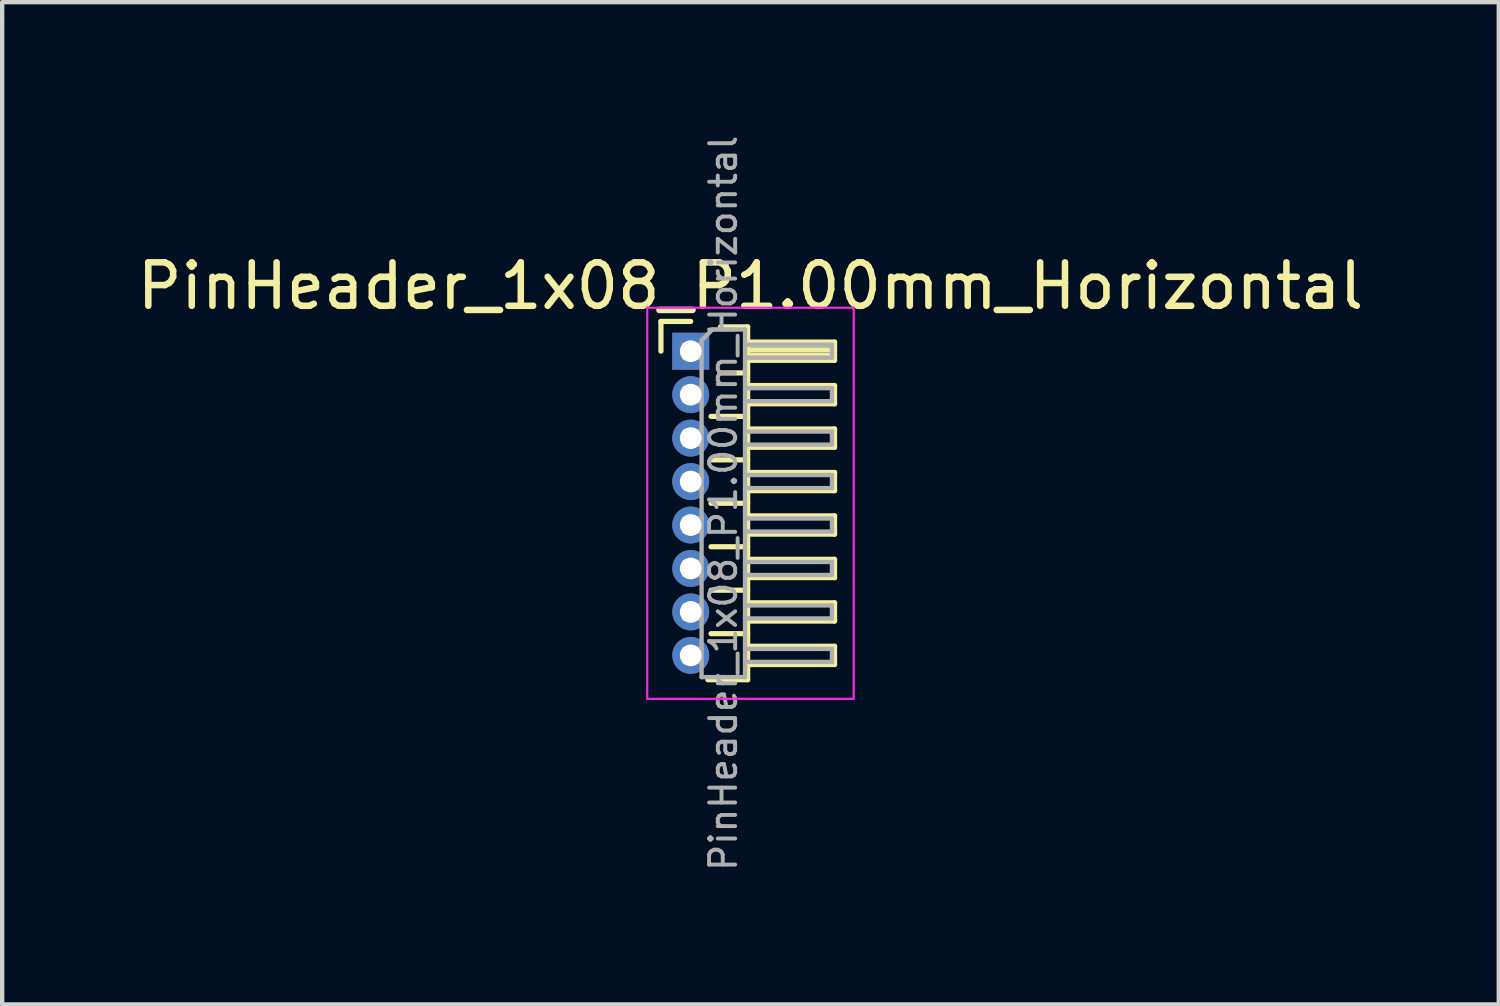
<source format=kicad_pcb>
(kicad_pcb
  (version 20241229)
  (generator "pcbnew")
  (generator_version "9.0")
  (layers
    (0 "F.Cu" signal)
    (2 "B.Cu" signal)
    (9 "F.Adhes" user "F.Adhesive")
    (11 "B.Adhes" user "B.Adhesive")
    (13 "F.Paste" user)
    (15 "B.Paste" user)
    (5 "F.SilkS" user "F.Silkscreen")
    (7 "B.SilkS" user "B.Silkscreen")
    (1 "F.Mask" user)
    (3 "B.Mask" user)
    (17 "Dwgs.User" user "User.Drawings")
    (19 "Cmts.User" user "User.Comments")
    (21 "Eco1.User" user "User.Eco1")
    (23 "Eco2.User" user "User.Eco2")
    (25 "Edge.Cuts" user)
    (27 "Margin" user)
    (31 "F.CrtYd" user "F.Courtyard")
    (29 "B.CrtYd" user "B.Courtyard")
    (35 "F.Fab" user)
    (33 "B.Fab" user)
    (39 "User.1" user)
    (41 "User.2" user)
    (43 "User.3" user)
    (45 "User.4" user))
  (footprint "PinHeader_1x08_P1.00mm_Horizontal"
    (layer "F.Cu")
    (at 12.845 5.032)
    (property "Reference" "PinHeader_1x08_P1.00mm_Horizontal" (at 1.375 -1.5 0) (layer "F.SilkS") (effects (font (size 1 1) (thickness 0.15))))
    (attr through_hole)
    (fp_line (start -0.685 -0.685) (end 0 -0.685) (stroke (width 0.12) (type solid)) (layer "F.SilkS"))
    (fp_line (start -0.685 0) (end -0.685 -0.685) (stroke (width 0.12) (type solid)) (layer "F.SilkS"))
    (fp_line (start 0.468 1.5) (end 1.31 1.5) (stroke (width 0.12) (type solid)) (layer "F.SilkS"))
    (fp_line (start 0.468 2.5) (end 1.31 2.5) (stroke (width 0.12) (type solid)) (layer "F.SilkS"))
    (fp_line (start 0.468 3.5) (end 1.31 3.5) (stroke (width 0.12) (type solid)) (layer "F.SilkS"))
    (fp_line (start 0.468 4.5) (end 1.31 4.5) (stroke (width 0.12) (type solid)) (layer "F.SilkS"))
    (fp_line (start 0.468 5.5) (end 1.31 5.5) (stroke (width 0.12) (type solid)) (layer "F.SilkS"))
    (fp_line (start 0.468 6.5) (end 1.31 6.5) (stroke (width 0.12) (type solid)) (layer "F.SilkS"))
    (fp_line (start 0.685 -0.56) (end 1.31 -0.56) (stroke (width 0.12) (type solid)) (layer "F.SilkS"))
    (fp_line (start 0.685 0.5) (end 1.31 0.5) (stroke (width 0.12) (type solid)) (layer "F.SilkS"))
    (fp_line (start 1.31 -0.56) (end 1.31 7.56) (stroke (width 0.12) (type solid)) (layer "F.SilkS"))
    (fp_line (start 1.31 -0.21) (end 3.31 -0.21) (stroke (width 0.12) (type solid)) (layer "F.SilkS"))
    (fp_line (start 1.31 -0.15) (end 3.31 -0.15) (stroke (width 0.12) (type solid)) (layer "F.SilkS"))
    (fp_line (start 1.31 -0.03) (end 3.31 -0.03) (stroke (width 0.12) (type solid)) (layer "F.SilkS"))
    (fp_line (start 1.31 0.09) (end 3.31 0.09) (stroke (width 0.12) (type solid)) (layer "F.SilkS"))
    (fp_line (start 1.31 0.79) (end 3.31 0.79) (stroke (width 0.12) (type solid)) (layer "F.SilkS"))
    (fp_line (start 1.31 1.79) (end 3.31 1.79) (stroke (width 0.12) (type solid)) (layer "F.SilkS"))
    (fp_line (start 1.31 2.79) (end 3.31 2.79) (stroke (width 0.12) (type solid)) (layer "F.SilkS"))
    (fp_line (start 1.31 3.79) (end 3.31 3.79) (stroke (width 0.12) (type solid)) (layer "F.SilkS"))
    (fp_line (start 1.31 4.79) (end 3.31 4.79) (stroke (width 0.12) (type solid)) (layer "F.SilkS"))
    (fp_line (start 1.31 5.79) (end 3.31 5.79) (stroke (width 0.12) (type solid)) (layer "F.SilkS"))
    (fp_line (start 1.31 6.79) (end 3.31 6.79) (stroke (width 0.12) (type solid)) (layer "F.SilkS"))
    (fp_line (start 1.31 7.56) (end 0.394 7.56) (stroke (width 0.12) (type solid)) (layer "F.SilkS"))
    (fp_line (start 3.31 -0.21) (end 3.31 0.21) (stroke (width 0.12) (type solid)) (layer "F.SilkS"))
    (fp_line (start 3.31 0.21) (end 1.31 0.21) (stroke (width 0.12) (type solid)) (layer "F.SilkS"))
    (fp_line (start 3.31 0.79) (end 3.31 1.21) (stroke (width 0.12) (type solid)) (layer "F.SilkS"))
    (fp_line (start 3.31 1.21) (end 1.31 1.21) (stroke (width 0.12) (type solid)) (layer "F.SilkS"))
    (fp_line (start 3.31 1.79) (end 3.31 2.21) (stroke (width 0.12) (type solid)) (layer "F.SilkS"))
    (fp_line (start 3.31 2.21) (end 1.31 2.21) (stroke (width 0.12) (type solid)) (layer "F.SilkS"))
    (fp_line (start 3.31 2.79) (end 3.31 3.21) (stroke (width 0.12) (type solid)) (layer "F.SilkS"))
    (fp_line (start 3.31 3.21) (end 1.31 3.21) (stroke (width 0.12) (type solid)) (layer "F.SilkS"))
    (fp_line (start 3.31 3.79) (end 3.31 4.21) (stroke (width 0.12) (type solid)) (layer "F.SilkS"))
    (fp_line (start 3.31 4.21) (end 1.31 4.21) (stroke (width 0.12) (type solid)) (layer "F.SilkS"))
    (fp_line (start 3.31 4.79) (end 3.31 5.21) (stroke (width 0.12) (type solid)) (layer "F.SilkS"))
    (fp_line (start 3.31 5.21) (end 1.31 5.21) (stroke (width 0.12) (type solid)) (layer "F.SilkS"))
    (fp_line (start 3.31 5.79) (end 3.31 6.21) (stroke (width 0.12) (type solid)) (layer "F.SilkS"))
    (fp_line (start 3.31 6.21) (end 1.31 6.21) (stroke (width 0.12) (type solid)) (layer "F.SilkS"))
    (fp_line (start 3.31 6.79) (end 3.31 7.21) (stroke (width 0.12) (type solid)) (layer "F.SilkS"))
    (fp_line (start 3.31 7.21) (end 1.31 7.21) (stroke (width 0.12) (type solid)) (layer "F.SilkS"))
    (fp_line (start -1 -1) (end -1 8) (stroke (width 0.05) (type solid)) (layer "F.CrtYd"))
    (fp_line (start -1 8) (end 3.75 8) (stroke (width 0.05) (type solid)) (layer "F.CrtYd"))
    (fp_line (start 3.75 -1) (end -1 -1) (stroke (width 0.05) (type solid)) (layer "F.CrtYd"))
    (fp_line (start 3.75 8) (end 3.75 -1) (stroke (width 0.05) (type solid)) (layer "F.CrtYd"))
    (fp_line (start -0.15 -0.15) (end -0.15 0.15) (stroke (width 0.1) (type solid)) (layer "F.Fab"))
    (fp_line (start -0.15 -0.15) (end 0.25 -0.15) (stroke (width 0.1) (type solid)) (layer "F.Fab"))
    (fp_line (start -0.15 0.15) (end 0.25 0.15) (stroke (width 0.1) (type solid)) (layer "F.Fab"))
    (fp_line (start -0.15 0.85) (end -0.15 1.15) (stroke (width 0.1) (type solid)) (layer "F.Fab"))
    (fp_line (start -0.15 0.85) (end 0.25 0.85) (stroke (width 0.1) (type solid)) (layer "F.Fab"))
    (fp_line (start -0.15 1.15) (end 0.25 1.15) (stroke (width 0.1) (type solid)) (layer "F.Fab"))
    (fp_line (start -0.15 1.85) (end -0.15 2.15) (stroke (width 0.1) (type solid)) (layer "F.Fab"))
    (fp_line (start -0.15 1.85) (end 0.25 1.85) (stroke (width 0.1) (type solid)) (layer "F.Fab"))
    (fp_line (start -0.15 2.15) (end 0.25 2.15) (stroke (width 0.1) (type solid)) (layer "F.Fab"))
    (fp_line (start -0.15 2.85) (end -0.15 3.15) (stroke (width 0.1) (type solid)) (layer "F.Fab"))
    (fp_line (start -0.15 2.85) (end 0.25 2.85) (stroke (width 0.1) (type solid)) (layer "F.Fab"))
    (fp_line (start -0.15 3.15) (end 0.25 3.15) (stroke (width 0.1) (type solid)) (layer "F.Fab"))
    (fp_line (start -0.15 3.85) (end -0.15 4.15) (stroke (width 0.1) (type solid)) (layer "F.Fab"))
    (fp_line (start -0.15 3.85) (end 0.25 3.85) (stroke (width 0.1) (type solid)) (layer "F.Fab"))
    (fp_line (start -0.15 4.15) (end 0.25 4.15) (stroke (width 0.1) (type solid)) (layer "F.Fab"))
    (fp_line (start -0.15 4.85) (end -0.15 5.15) (stroke (width 0.1) (type solid)) (layer "F.Fab"))
    (fp_line (start -0.15 4.85) (end 0.25 4.85) (stroke (width 0.1) (type solid)) (layer "F.Fab"))
    (fp_line (start -0.15 5.15) (end 0.25 5.15) (stroke (width 0.1) (type solid)) (layer "F.Fab"))
    (fp_line (start -0.15 5.85) (end -0.15 6.15) (stroke (width 0.1) (type solid)) (layer "F.Fab"))
    (fp_line (start -0.15 5.85) (end 0.25 5.85) (stroke (width 0.1) (type solid)) (layer "F.Fab"))
    (fp_line (start -0.15 6.15) (end 0.25 6.15) (stroke (width 0.1) (type solid)) (layer "F.Fab"))
    (fp_line (start -0.15 6.85) (end -0.15 7.15) (stroke (width 0.1) (type solid)) (layer "F.Fab"))
    (fp_line (start -0.15 6.85) (end 0.25 6.85) (stroke (width 0.1) (type solid)) (layer "F.Fab"))
    (fp_line (start -0.15 7.15) (end 0.25 7.15) (stroke (width 0.1) (type solid)) (layer "F.Fab"))
    (fp_line (start 0.25 -0.25) (end 0.5 -0.5) (stroke (width 0.1) (type solid)) (layer "F.Fab"))
    (fp_line (start 0.25 7.5) (end 0.25 -0.25) (stroke (width 0.1) (type solid)) (layer "F.Fab"))
    (fp_line (start 0.5 -0.5) (end 1.25 -0.5) (stroke (width 0.1) (type solid)) (layer "F.Fab"))
    (fp_line (start 1.25 -0.5) (end 1.25 7.5) (stroke (width 0.1) (type solid)) (layer "F.Fab"))
    (fp_line (start 1.25 -0.15) (end 3.25 -0.15) (stroke (width 0.1) (type solid)) (layer "F.Fab"))
    (fp_line (start 1.25 0.15) (end 3.25 0.15) (stroke (width 0.1) (type solid)) (layer "F.Fab"))
    (fp_line (start 1.25 0.85) (end 3.25 0.85) (stroke (width 0.1) (type solid)) (layer "F.Fab"))
    (fp_line (start 1.25 1.15) (end 3.25 1.15) (stroke (width 0.1) (type solid)) (layer "F.Fab"))
    (fp_line (start 1.25 1.85) (end 3.25 1.85) (stroke (width 0.1) (type solid)) (layer "F.Fab"))
    (fp_line (start 1.25 2.15) (end 3.25 2.15) (stroke (width 0.1) (type solid)) (layer "F.Fab"))
    (fp_line (start 1.25 2.85) (end 3.25 2.85) (stroke (width 0.1) (type solid)) (layer "F.Fab"))
    (fp_line (start 1.25 3.15) (end 3.25 3.15) (stroke (width 0.1) (type solid)) (layer "F.Fab"))
    (fp_line (start 1.25 3.85) (end 3.25 3.85) (stroke (width 0.1) (type solid)) (layer "F.Fab"))
    (fp_line (start 1.25 4.15) (end 3.25 4.15) (stroke (width 0.1) (type solid)) (layer "F.Fab"))
    (fp_line (start 1.25 4.85) (end 3.25 4.85) (stroke (width 0.1) (type solid)) (layer "F.Fab"))
    (fp_line (start 1.25 5.15) (end 3.25 5.15) (stroke (width 0.1) (type solid)) (layer "F.Fab"))
    (fp_line (start 1.25 5.85) (end 3.25 5.85) (stroke (width 0.1) (type solid)) (layer "F.Fab"))
    (fp_line (start 1.25 6.15) (end 3.25 6.15) (stroke (width 0.1) (type solid)) (layer "F.Fab"))
    (fp_line (start 1.25 6.85) (end 3.25 6.85) (stroke (width 0.1) (type solid)) (layer "F.Fab"))
    (fp_line (start 1.25 7.15) (end 3.25 7.15) (stroke (width 0.1) (type solid)) (layer "F.Fab"))
    (fp_line (start 1.25 7.5) (end 0.25 7.5) (stroke (width 0.1) (type solid)) (layer "F.Fab"))
    (fp_line (start 3.25 -0.15) (end 3.25 0.15) (stroke (width 0.1) (type solid)) (layer "F.Fab"))
    (fp_line (start 3.25 0.85) (end 3.25 1.15) (stroke (width 0.1) (type solid)) (layer "F.Fab"))
    (fp_line (start 3.25 1.85) (end 3.25 2.15) (stroke (width 0.1) (type solid)) (layer "F.Fab"))
    (fp_line (start 3.25 2.85) (end 3.25 3.15) (stroke (width 0.1) (type solid)) (layer "F.Fab"))
    (fp_line (start 3.25 3.85) (end 3.25 4.15) (stroke (width 0.1) (type solid)) (layer "F.Fab"))
    (fp_line (start 3.25 4.85) (end 3.25 5.15) (stroke (width 0.1) (type solid)) (layer "F.Fab"))
    (fp_line (start 3.25 5.85) (end 3.25 6.15) (stroke (width 0.1) (type solid)) (layer "F.Fab"))
    (fp_line (start 3.25 6.85) (end 3.25 7.15) (stroke (width 0.1) (type solid)) (layer "F.Fab"))
    (fp_text user "${REFERENCE}" (at 0.75 3.5 90) (layer "F.Fab") (effects (font (size 0.6 0.6) (thickness 0.09))))
    (pad "1" thru_hole rect (at 0 0) (size 0.85 0.85) (drill 0.5) (layers "*.Cu" "*.Mask"))
    (pad "2" thru_hole oval (at 0 1) (size 0.85 0.85) (drill 0.5) (layers "*.Cu" "*.Mask"))
    (pad "3" thru_hole oval (at 0 2) (size 0.85 0.85) (drill 0.5) (layers "*.Cu" "*.Mask"))
    (pad "4" thru_hole oval (at 0 3) (size 0.85 0.85) (drill 0.5) (layers "*.Cu" "*.Mask"))
    (pad "5" thru_hole oval (at 0 4) (size 0.85 0.85) (drill 0.5) (layers "*.Cu" "*.Mask"))
    (pad "6" thru_hole oval (at 0 5) (size 0.85 0.85) (drill 0.5) (layers "*.Cu" "*.Mask"))
    (pad "7" thru_hole oval (at 0 6) (size 0.85 0.85) (drill 0.5) (layers "*.Cu" "*.Mask"))
    (pad "8" thru_hole oval (at 0 7) (size 0.85 0.85) (drill 0.5) (layers "*.Cu" "*.Mask")))
  (gr_rect
    (start -3 -3)
    (end 31.44 20.064)
    (stroke (width 0.1) (type default))
    (fill no)
    (layer "Edge.Cuts")))
</source>
